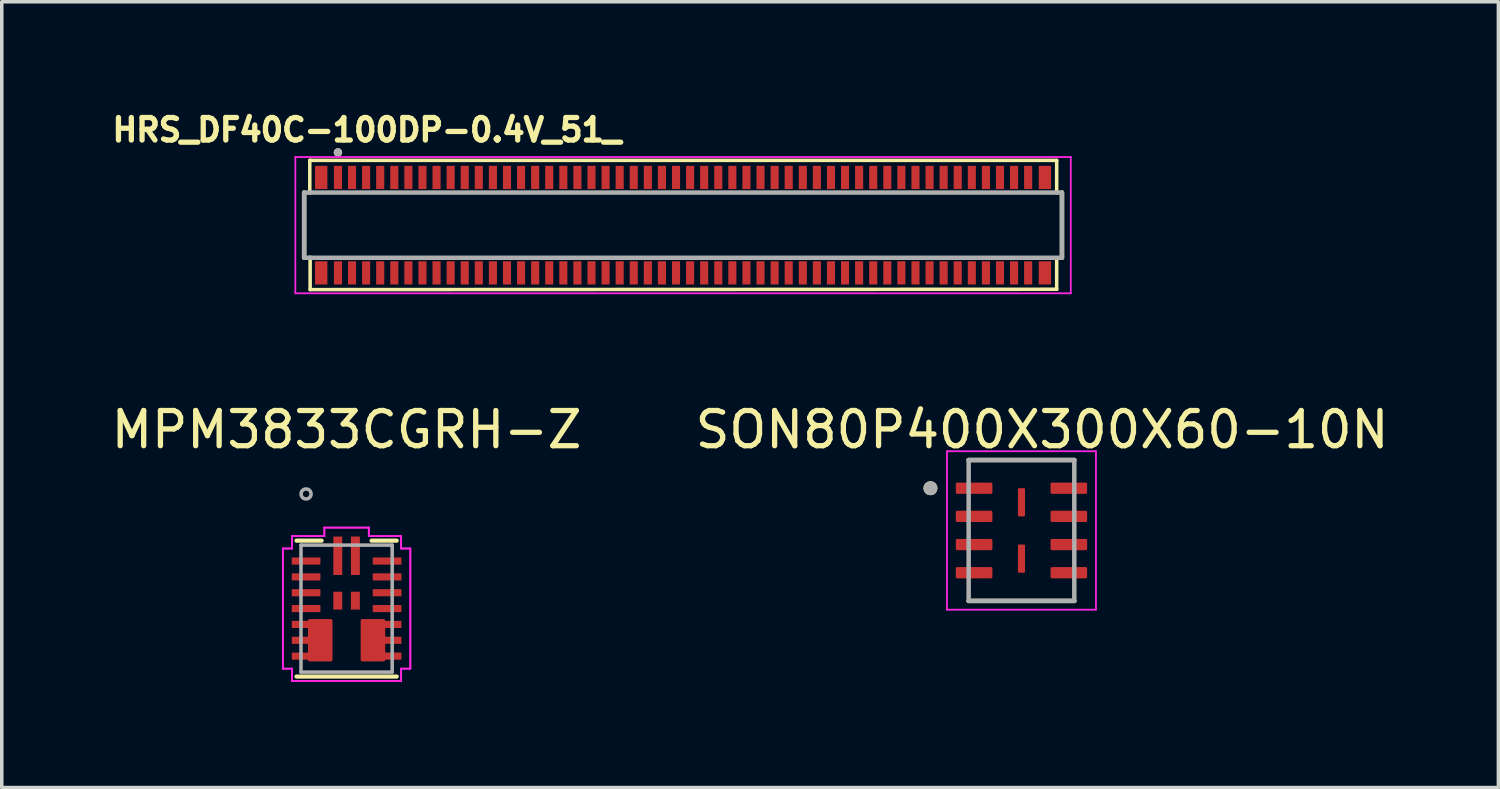
<source format=kicad_pcb>
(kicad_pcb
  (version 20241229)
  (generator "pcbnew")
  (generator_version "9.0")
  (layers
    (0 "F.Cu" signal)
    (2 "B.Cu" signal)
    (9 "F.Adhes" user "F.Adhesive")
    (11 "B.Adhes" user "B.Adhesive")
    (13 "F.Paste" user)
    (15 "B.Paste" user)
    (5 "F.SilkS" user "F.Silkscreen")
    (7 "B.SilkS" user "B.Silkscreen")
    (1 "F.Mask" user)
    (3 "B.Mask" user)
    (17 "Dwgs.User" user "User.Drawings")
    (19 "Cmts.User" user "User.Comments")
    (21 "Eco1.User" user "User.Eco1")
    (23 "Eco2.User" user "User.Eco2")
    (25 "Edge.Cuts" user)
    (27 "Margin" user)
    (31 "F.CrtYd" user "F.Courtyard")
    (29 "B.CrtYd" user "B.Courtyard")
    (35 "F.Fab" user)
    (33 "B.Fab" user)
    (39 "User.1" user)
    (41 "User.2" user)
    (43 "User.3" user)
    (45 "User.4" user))
  (footprint "MPM3833CGRH-Z"
    (layer "F.Cu")
    (at 6.792 14.232)
    (property "Reference" "MPM3833CGRH-Z" (at 0 -5.08 0) (layer "F.SilkS") (effects (font (size 1 1) (thickness 0.15))))
    (attr through_hole)
    (fp_poly (pts (xy -1.048 0.348) (xy -0.45 0.348) (xy -0.45 1.452) (xy -1.048 1.452)) (stroke (width 0.1) (type solid)) (fill yes) (layer "F.Cu"))
    (fp_poly (pts (xy 0.45 0.348) (xy 1.048 0.348) (xy 1.048 1.452) (xy 0.45 1.452)) (stroke (width 0.1) (type solid)) (fill yes) (layer "F.Cu"))
    (fp_poly (pts (xy -1.048 0.348) (xy -0.45 0.348) (xy -0.45 1.452) (xy -1.048 1.452)) (stroke (width 0.1) (type solid)) (fill yes) (layer "F.Mask"))
    (fp_poly (pts (xy 0.45 0.348) (xy 1.048 0.348) (xy 1.048 1.452) (xy 0.45 1.452)) (stroke (width 0.1) (type solid)) (fill yes) (layer "F.Mask"))
    (fp_line (start -1.422 1.93) (end 1.422 1.93) (stroke (width 0.12) (type solid)) (layer "F.SilkS"))
    (fp_line (start -0.71 -1.93) (end -1.422 -1.93) (stroke (width 0.12) (type solid)) (layer "F.SilkS"))
    (fp_line (start 1.422 -1.93) (end 0.71 -1.93) (stroke (width 0.12) (type solid)) (layer "F.SilkS"))
    (fp_poly (pts (xy -1.048 0.348) (xy -0.45 0.348) (xy -0.45 1.452) (xy -1.048 1.452)) (stroke (width 0.1) (type solid)) (fill yes) (layer "F.Paste"))
    (fp_poly (pts (xy 0.45 0.348) (xy 1.048 0.348) (xy 1.048 1.452) (xy 0.45 1.452)) (stroke (width 0.1) (type solid)) (fill yes) (layer "F.Paste"))
    (fp_line (start -1.81 -1.706) (end -1.81 1.706) (stroke (width 0.05) (type solid)) (layer "F.CrtYd"))
    (fp_line (start -1.81 -1.706) (end -1.81 1.706) (stroke (width 0.05) (type solid)) (layer "F.CrtYd"))
    (fp_line (start -1.81 1.706) (end -1.549 1.706) (stroke (width 0.05) (type solid)) (layer "F.CrtYd"))
    (fp_line (start -1.81 1.706) (end -1.549 1.706) (stroke (width 0.05) (type solid)) (layer "F.CrtYd"))
    (fp_line (start -1.549 -2.057) (end -1.549 -1.706) (stroke (width 0.05) (type solid)) (layer "F.CrtYd"))
    (fp_line (start -1.549 -2.057) (end -1.549 -1.706) (stroke (width 0.05) (type solid)) (layer "F.CrtYd"))
    (fp_line (start -1.549 -1.706) (end -1.81 -1.706) (stroke (width 0.05) (type solid)) (layer "F.CrtYd"))
    (fp_line (start -1.549 -1.706) (end -1.81 -1.706) (stroke (width 0.05) (type solid)) (layer "F.CrtYd"))
    (fp_line (start -1.549 1.706) (end -1.549 2.057) (stroke (width 0.05) (type solid)) (layer "F.CrtYd"))
    (fp_line (start -1.549 1.706) (end -1.549 2.057) (stroke (width 0.05) (type solid)) (layer "F.CrtYd"))
    (fp_line (start -1.549 2.057) (end 1.549 2.057) (stroke (width 0.05) (type solid)) (layer "F.CrtYd"))
    (fp_line (start -1.549 2.057) (end 1.549 2.057) (stroke (width 0.05) (type solid)) (layer "F.CrtYd"))
    (fp_line (start -0.631 -2.3) (end -0.631 -2.057) (stroke (width 0.05) (type solid)) (layer "F.CrtYd"))
    (fp_line (start -0.631 -2.3) (end -0.631 -2.057) (stroke (width 0.05) (type solid)) (layer "F.CrtYd"))
    (fp_line (start -0.631 -2.057) (end -1.549 -2.057) (stroke (width 0.05) (type solid)) (layer "F.CrtYd"))
    (fp_line (start -0.631 -2.057) (end -1.549 -2.057) (stroke (width 0.05) (type solid)) (layer "F.CrtYd"))
    (fp_line (start 0.631 -2.3) (end -0.631 -2.3) (stroke (width 0.05) (type solid)) (layer "F.CrtYd"))
    (fp_line (start 0.631 -2.3) (end -0.631 -2.3) (stroke (width 0.05) (type solid)) (layer "F.CrtYd"))
    (fp_line (start 0.631 -2.057) (end 0.631 -2.3) (stroke (width 0.05) (type solid)) (layer "F.CrtYd"))
    (fp_line (start 0.631 -2.057) (end 0.631 -2.3) (stroke (width 0.05) (type solid)) (layer "F.CrtYd"))
    (fp_line (start 1.549 -2.057) (end 0.631 -2.057) (stroke (width 0.05) (type solid)) (layer "F.CrtYd"))
    (fp_line (start 1.549 -2.057) (end 0.631 -2.057) (stroke (width 0.05) (type solid)) (layer "F.CrtYd"))
    (fp_line (start 1.549 -1.706) (end 1.549 -2.057) (stroke (width 0.05) (type solid)) (layer "F.CrtYd"))
    (fp_line (start 1.549 -1.706) (end 1.549 -2.057) (stroke (width 0.05) (type solid)) (layer "F.CrtYd"))
    (fp_line (start 1.549 1.706) (end 1.81 1.706) (stroke (width 0.05) (type solid)) (layer "F.CrtYd"))
    (fp_line (start 1.549 1.706) (end 1.81 1.706) (stroke (width 0.05) (type solid)) (layer "F.CrtYd"))
    (fp_line (start 1.549 2.057) (end 1.549 1.706) (stroke (width 0.05) (type solid)) (layer "F.CrtYd"))
    (fp_line (start 1.549 2.057) (end 1.549 1.706) (stroke (width 0.05) (type solid)) (layer "F.CrtYd"))
    (fp_line (start 1.81 -1.706) (end 1.549 -1.706) (stroke (width 0.05) (type solid)) (layer "F.CrtYd"))
    (fp_line (start 1.81 -1.706) (end 1.549 -1.706) (stroke (width 0.05) (type solid)) (layer "F.CrtYd"))
    (fp_line (start 1.81 1.706) (end 1.81 -1.706) (stroke (width 0.05) (type solid)) (layer "F.CrtYd"))
    (fp_line (start 1.81 1.706) (end 1.81 -1.706) (stroke (width 0.05) (type solid)) (layer "F.CrtYd"))
    (fp_line (start -1.295 -1.803) (end -1.295 1.803) (stroke (width 0.1) (type solid)) (layer "F.Fab"))
    (fp_line (start -1.295 1.803) (end 1.295 1.803) (stroke (width 0.1) (type solid)) (layer "F.Fab"))
    (fp_line (start 1.295 -1.803) (end -1.295 -1.803) (stroke (width 0.1) (type solid)) (layer "F.Fab"))
    (fp_line (start 1.295 1.803) (end 1.295 -1.803) (stroke (width 0.1) (type solid)) (layer "F.Fab"))
    (fp_circle (center -1.15 -3.255) (end -1.008 -3.255) (stroke (width 0.1) (type solid)) (fill no) (layer "F.Fab"))
    (pad "1" smd rect (at -1.15 -1.35) (size 0.813 0.203) (layers "F.Cu" "F.Mask" "F.Paste"))
    (pad "2" smd rect (at -1.15 -0.9) (size 0.813 0.203) (layers "F.Cu" "F.Mask" "F.Paste"))
    (pad "3" smd rect (at -1.15 -0.45) (size 0.813 0.203) (layers "F.Cu" "F.Mask" "F.Paste"))
    (pad "4" smd rect (at -1.15 0) (size 0.813 0.203) (layers "F.Cu" "F.Mask" "F.Paste"))
    (pad "5" smd rect (at -1.302 0.45) (size 0.508 0.203) (layers "F.Cu" "F.Mask" "F.Paste"))
    (pad "6" smd rect (at -1.302 0.9) (size 0.508 0.203) (layers "F.Cu" "F.Mask" "F.Paste"))
    (pad "7" smd rect (at -1.302 1.35) (size 0.508 0.203) (layers "F.Cu" "F.Mask" "F.Paste"))
    (pad "8" smd rect (at 1.302 1.35) (size 0.508 0.203) (layers "F.Cu" "F.Mask" "F.Paste"))
    (pad "9" smd rect (at 1.302 0.9) (size 0.508 0.203) (layers "F.Cu" "F.Mask" "F.Paste"))
    (pad "10" smd rect (at 1.302 0.45) (size 0.508 0.203) (layers "F.Cu" "F.Mask" "F.Paste"))
    (pad "11" smd rect (at 1.15 0) (size 0.813 0.203) (layers "F.Cu" "F.Mask" "F.Paste"))
    (pad "12" smd rect (at 1.15 -0.45) (size 0.813 0.203) (layers "F.Cu" "F.Mask" "F.Paste"))
    (pad "13" smd rect (at 1.15 -0.9) (size 0.813 0.203) (layers "F.Cu" "F.Mask" "F.Paste"))
    (pad "14" smd rect (at 1.15 -1.35) (size 0.813 0.203) (layers "F.Cu" "F.Mask" "F.Paste"))
    (pad "15" smd rect (at 0.25 -1.5 90) (size 1.092 0.254) (layers "F.Cu" "F.Mask" "F.Paste"))
    (pad "16" smd rect (at -0.25 -1.5 90) (size 1.092 0.254) (layers "F.Cu" "F.Mask" "F.Paste"))
    (pad "17" smd rect (at -0.25 -0.225 90) (size 0.508 0.254) (layers "F.Cu" "F.Mask" "F.Paste"))
    (pad "18" smd rect (at 0.25 -0.225 90) (size 0.508 0.254) (layers "F.Cu" "F.Mask" "F.Paste")))
  (footprint "HRS_DF40C-100DP-0.4V_51_"
    (layer "F.Cu")
    (at 16.347 3.344)
    (property "Reference" "HRS_DF40C-100DP-0.4V_51_" (at -8.978 -2.706 0) (layer "F.SilkS") (effects (font (size 0.64 0.64) (thickness 0.15))))
    (attr smd)
    (fp_line (start -10.76 0.925) (end -10.76 -0.925) (stroke (width 0.127) (type solid)) (layer "F.SilkS"))
    (fp_line (start -10.6 -1.84) (end -10.6 -0.91) (stroke (width 0.1) (type default)) (layer "F.SilkS"))
    (fp_line (start -10.59 1.83) (end -10.59 0.91) (stroke (width 0.1) (type default)) (layer "F.SilkS"))
    (fp_line (start -10.57 -1.84) (end -10.6 -1.84) (stroke (width 0.1) (type default)) (layer "F.SilkS"))
    (fp_line (start -10.57 -1.84) (end 10.61 -1.84) (stroke (width 0.1) (type default)) (layer "F.SilkS"))
    (fp_line (start 10.61 -1.84) (end 10.61 -0.92) (stroke (width 0.1) (type default)) (layer "F.SilkS"))
    (fp_line (start 10.61 0.93) (end 10.61 1.82) (stroke (width 0.1) (type default)) (layer "F.SilkS"))
    (fp_line (start 10.61 1.82) (end -10.59 1.83) (stroke (width 0.1) (type default)) (layer "F.SilkS"))
    (fp_line (start 10.76 -0.925) (end 10.76 0.925) (stroke (width 0.127) (type solid)) (layer "F.SilkS"))
    (fp_circle (center -9.8 -2.065) (end -9.74 -2.065) (stroke (width 0.12) (type solid)) (fill no) (layer "F.SilkS"))
    (fp_line (start -11.01 -1.935) (end 11.01 -1.935) (stroke (width 0.05) (type solid)) (layer "F.CrtYd"))
    (fp_line (start -11.01 1.935) (end -11.01 -1.935) (stroke (width 0.05) (type solid)) (layer "F.CrtYd"))
    (fp_line (start 11.01 -1.935) (end 11.01 1.935) (stroke (width 0.05) (type solid)) (layer "F.CrtYd"))
    (fp_line (start 11.01 1.935) (end -11.01 1.935) (stroke (width 0.05) (type solid)) (layer "F.CrtYd"))
    (fp_line (start -10.76 -0.925) (end 10.76 -0.925) (stroke (width 0.127) (type solid)) (layer "F.Fab"))
    (fp_line (start -10.76 0.925) (end -10.76 -0.925) (stroke (width 0.127) (type solid)) (layer "F.Fab"))
    (fp_line (start 10.76 -0.925) (end 10.76 0.925) (stroke (width 0.127) (type solid)) (layer "F.Fab"))
    (fp_line (start 10.76 0.925) (end -10.76 0.925) (stroke (width 0.127) (type solid)) (layer "F.Fab"))
    (fp_circle (center -9.8 -2.065) (end -9.74 -2.065) (stroke (width 0.12) (type solid)) (fill no) (layer "F.Fab"))
    (pad "1" smd rect (at -9.8 -1.355) (size 0.23 0.66) (layers "F.Cu" "F.Mask" "F.Paste"))
    (pad "2" smd rect (at -9.8 1.355) (size 0.23 0.66) (layers "F.Cu" "F.Mask" "F.Paste"))
    (pad "3" smd rect (at -9.4 -1.355) (size 0.23 0.66) (layers "F.Cu" "F.Mask" "F.Paste"))
    (pad "4" smd rect (at -9.4 1.355) (size 0.23 0.66) (layers "F.Cu" "F.Mask" "F.Paste"))
    (pad "5" smd rect (at -9 -1.355) (size 0.23 0.66) (layers "F.Cu" "F.Mask" "F.Paste"))
    (pad "6" smd rect (at -9 1.355) (size 0.23 0.66) (layers "F.Cu" "F.Mask" "F.Paste"))
    (pad "7" smd rect (at -8.6 -1.355) (size 0.23 0.66) (layers "F.Cu" "F.Mask" "F.Paste"))
    (pad "8" smd rect (at -8.6 1.355) (size 0.23 0.66) (layers "F.Cu" "F.Mask" "F.Paste"))
    (pad "9" smd rect (at -8.2 -1.355) (size 0.23 0.66) (layers "F.Cu" "F.Mask" "F.Paste"))
    (pad "10" smd rect (at -8.2 1.355) (size 0.23 0.66) (layers "F.Cu" "F.Mask" "F.Paste"))
    (pad "11" smd rect (at -7.8 -1.355) (size 0.23 0.66) (layers "F.Cu" "F.Mask" "F.Paste"))
    (pad "12" smd rect (at -7.8 1.355) (size 0.23 0.66) (layers "F.Cu" "F.Mask" "F.Paste"))
    (pad "13" smd rect (at -7.4 -1.355) (size 0.23 0.66) (layers "F.Cu" "F.Mask" "F.Paste"))
    (pad "14" smd rect (at -7.4 1.355) (size 0.23 0.66) (layers "F.Cu" "F.Mask" "F.Paste"))
    (pad "15" smd rect (at -7 -1.355) (size 0.23 0.66) (layers "F.Cu" "F.Mask" "F.Paste"))
    (pad "16" smd rect (at -7 1.355) (size 0.23 0.66) (layers "F.Cu" "F.Mask" "F.Paste"))
    (pad "17" smd rect (at -6.6 -1.355) (size 0.23 0.66) (layers "F.Cu" "F.Mask" "F.Paste"))
    (pad "18" smd rect (at -6.6 1.355) (size 0.23 0.66) (layers "F.Cu" "F.Mask" "F.Paste"))
    (pad "19" smd rect (at -6.2 -1.355) (size 0.23 0.66) (layers "F.Cu" "F.Mask" "F.Paste"))
    (pad "20" smd rect (at -6.2 1.355) (size 0.23 0.66) (layers "F.Cu" "F.Mask" "F.Paste"))
    (pad "21" smd rect (at -5.8 -1.355) (size 0.23 0.66) (layers "F.Cu" "F.Mask" "F.Paste"))
    (pad "22" smd rect (at -5.8 1.355) (size 0.23 0.66) (layers "F.Cu" "F.Mask" "F.Paste"))
    (pad "23" smd rect (at -5.4 -1.355) (size 0.23 0.66) (layers "F.Cu" "F.Mask" "F.Paste"))
    (pad "24" smd rect (at -5.4 1.355) (size 0.23 0.66) (layers "F.Cu" "F.Mask" "F.Paste"))
    (pad "25" smd rect (at -5 -1.355) (size 0.23 0.66) (layers "F.Cu" "F.Mask" "F.Paste"))
    (pad "26" smd rect (at -5 1.355) (size 0.23 0.66) (layers "F.Cu" "F.Mask" "F.Paste"))
    (pad "27" smd rect (at -4.6 -1.355) (size 0.23 0.66) (layers "F.Cu" "F.Mask" "F.Paste"))
    (pad "28" smd rect (at -4.6 1.355) (size 0.23 0.66) (layers "F.Cu" "F.Mask" "F.Paste"))
    (pad "29" smd rect (at -4.2 -1.355) (size 0.23 0.66) (layers "F.Cu" "F.Mask" "F.Paste"))
    (pad "30" smd rect (at -4.2 1.355) (size 0.23 0.66) (layers "F.Cu" "F.Mask" "F.Paste"))
    (pad "31" smd rect (at -3.8 -1.355) (size 0.23 0.66) (layers "F.Cu" "F.Mask" "F.Paste"))
    (pad "32" smd rect (at -3.8 1.355) (size 0.23 0.66) (layers "F.Cu" "F.Mask" "F.Paste"))
    (pad "33" smd rect (at -3.4 -1.355) (size 0.23 0.66) (layers "F.Cu" "F.Mask" "F.Paste"))
    (pad "34" smd rect (at -3.4 1.355) (size 0.23 0.66) (layers "F.Cu" "F.Mask" "F.Paste"))
    (pad "35" smd rect (at -3 -1.355) (size 0.23 0.66) (layers "F.Cu" "F.Mask" "F.Paste"))
    (pad "36" smd rect (at -3 1.355) (size 0.23 0.66) (layers "F.Cu" "F.Mask" "F.Paste"))
    (pad "37" smd rect (at -2.6 -1.355) (size 0.23 0.66) (layers "F.Cu" "F.Mask" "F.Paste"))
    (pad "38" smd rect (at -2.6 1.355) (size 0.23 0.66) (layers "F.Cu" "F.Mask" "F.Paste"))
    (pad "39" smd rect (at -2.2 -1.355) (size 0.23 0.66) (layers "F.Cu" "F.Mask" "F.Paste"))
    (pad "40" smd rect (at -2.2 1.355) (size 0.23 0.66) (layers "F.Cu" "F.Mask" "F.Paste"))
    (pad "41" smd rect (at -1.8 -1.355) (size 0.23 0.66) (layers "F.Cu" "F.Mask" "F.Paste"))
    (pad "42" smd rect (at -1.8 1.355) (size 0.23 0.66) (layers "F.Cu" "F.Mask" "F.Paste"))
    (pad "43" smd rect (at -1.4 -1.355) (size 0.23 0.66) (layers "F.Cu" "F.Mask" "F.Paste"))
    (pad "44" smd rect (at -1.4 1.355) (size 0.23 0.66) (layers "F.Cu" "F.Mask" "F.Paste"))
    (pad "45" smd rect (at -1 -1.355) (size 0.23 0.66) (layers "F.Cu" "F.Mask" "F.Paste"))
    (pad "46" smd rect (at -1 1.355) (size 0.23 0.66) (layers "F.Cu" "F.Mask" "F.Paste"))
    (pad "47" smd rect (at -0.6 -1.355) (size 0.23 0.66) (layers "F.Cu" "F.Mask" "F.Paste"))
    (pad "48" smd rect (at -0.6 1.355) (size 0.23 0.66) (layers "F.Cu" "F.Mask" "F.Paste"))
    (pad "49" smd rect (at -0.2 -1.355) (size 0.23 0.66) (layers "F.Cu" "F.Mask" "F.Paste"))
    (pad "50" smd rect (at -0.2 1.355) (size 0.23 0.66) (layers "F.Cu" "F.Mask" "F.Paste"))
    (pad "51" smd rect (at 0.2 -1.355) (size 0.23 0.66) (layers "F.Cu" "F.Mask" "F.Paste"))
    (pad "52" smd rect (at 0.2 1.355) (size 0.23 0.66) (layers "F.Cu" "F.Mask" "F.Paste"))
    (pad "53" smd rect (at 0.6 -1.355) (size 0.23 0.66) (layers "F.Cu" "F.Mask" "F.Paste"))
    (pad "54" smd rect (at 0.6 1.355) (size 0.23 0.66) (layers "F.Cu" "F.Mask" "F.Paste"))
    (pad "55" smd rect (at 1 -1.355) (size 0.23 0.66) (layers "F.Cu" "F.Mask" "F.Paste"))
    (pad "56" smd rect (at 1 1.355) (size 0.23 0.66) (layers "F.Cu" "F.Mask" "F.Paste"))
    (pad "57" smd rect (at 1.4 -1.355) (size 0.23 0.66) (layers "F.Cu" "F.Mask" "F.Paste"))
    (pad "58" smd rect (at 1.4 1.355) (size 0.23 0.66) (layers "F.Cu" "F.Mask" "F.Paste"))
    (pad "59" smd rect (at 1.8 -1.355) (size 0.23 0.66) (layers "F.Cu" "F.Mask" "F.Paste"))
    (pad "60" smd rect (at 1.8 1.355) (size 0.23 0.66) (layers "F.Cu" "F.Mask" "F.Paste"))
    (pad "61" smd rect (at 2.2 -1.355) (size 0.23 0.66) (layers "F.Cu" "F.Mask" "F.Paste"))
    (pad "62" smd rect (at 2.2 1.355) (size 0.23 0.66) (layers "F.Cu" "F.Mask" "F.Paste"))
    (pad "63" smd rect (at 2.6 -1.355) (size 0.23 0.66) (layers "F.Cu" "F.Mask" "F.Paste"))
    (pad "64" smd rect (at 2.6 1.355) (size 0.23 0.66) (layers "F.Cu" "F.Mask" "F.Paste"))
    (pad "65" smd rect (at 3 -1.355) (size 0.23 0.66) (layers "F.Cu" "F.Mask" "F.Paste"))
    (pad "66" smd rect (at 3 1.355) (size 0.23 0.66) (layers "F.Cu" "F.Mask" "F.Paste"))
    (pad "67" smd rect (at 3.4 -1.355) (size 0.23 0.66) (layers "F.Cu" "F.Mask" "F.Paste"))
    (pad "68" smd rect (at 3.4 1.355) (size 0.23 0.66) (layers "F.Cu" "F.Mask" "F.Paste"))
    (pad "69" smd rect (at 3.8 -1.355) (size 0.23 0.66) (layers "F.Cu" "F.Mask" "F.Paste"))
    (pad "70" smd rect (at 3.8 1.355) (size 0.23 0.66) (layers "F.Cu" "F.Mask" "F.Paste"))
    (pad "71" smd rect (at 4.2 -1.355) (size 0.23 0.66) (layers "F.Cu" "F.Mask" "F.Paste"))
    (pad "72" smd rect (at 4.2 1.355) (size 0.23 0.66) (layers "F.Cu" "F.Mask" "F.Paste"))
    (pad "73" smd rect (at 4.6 -1.355) (size 0.23 0.66) (layers "F.Cu" "F.Mask" "F.Paste"))
    (pad "74" smd rect (at 4.6 1.355) (size 0.23 0.66) (layers "F.Cu" "F.Mask" "F.Paste"))
    (pad "75" smd rect (at 5 -1.355) (size 0.23 0.66) (layers "F.Cu" "F.Mask" "F.Paste"))
    (pad "76" smd rect (at 5 1.355) (size 0.23 0.66) (layers "F.Cu" "F.Mask" "F.Paste"))
    (pad "77" smd rect (at 5.4 -1.355) (size 0.23 0.66) (layers "F.Cu" "F.Mask" "F.Paste"))
    (pad "78" smd rect (at 5.4 1.355) (size 0.23 0.66) (layers "F.Cu" "F.Mask" "F.Paste"))
    (pad "79" smd rect (at 5.8 -1.355) (size 0.23 0.66) (layers "F.Cu" "F.Mask" "F.Paste"))
    (pad "80" smd rect (at 5.8 1.355) (size 0.23 0.66) (layers "F.Cu" "F.Mask" "F.Paste"))
    (pad "81" smd rect (at 6.2 -1.355) (size 0.23 0.66) (layers "F.Cu" "F.Mask" "F.Paste"))
    (pad "82" smd rect (at 6.2 1.355) (size 0.23 0.66) (layers "F.Cu" "F.Mask" "F.Paste"))
    (pad "83" smd rect (at 6.6 -1.355) (size 0.23 0.66) (layers "F.Cu" "F.Mask" "F.Paste"))
    (pad "84" smd rect (at 6.6 1.355) (size 0.23 0.66) (layers "F.Cu" "F.Mask" "F.Paste"))
    (pad "85" smd rect (at 7 -1.355) (size 0.23 0.66) (layers "F.Cu" "F.Mask" "F.Paste"))
    (pad "86" smd rect (at 7 1.355) (size 0.23 0.66) (layers "F.Cu" "F.Mask" "F.Paste"))
    (pad "87" smd rect (at 7.4 -1.355) (size 0.23 0.66) (layers "F.Cu" "F.Mask" "F.Paste"))
    (pad "88" smd rect (at 7.4 1.355) (size 0.23 0.66) (layers "F.Cu" "F.Mask" "F.Paste"))
    (pad "89" smd rect (at 7.8 -1.355) (size 0.23 0.66) (layers "F.Cu" "F.Mask" "F.Paste"))
    (pad "90" smd rect (at 7.8 1.355) (size 0.23 0.66) (layers "F.Cu" "F.Mask" "F.Paste"))
    (pad "91" smd rect (at 8.2 -1.355) (size 0.23 0.66) (layers "F.Cu" "F.Mask" "F.Paste"))
    (pad "92" smd rect (at 8.2 1.355) (size 0.23 0.66) (layers "F.Cu" "F.Mask" "F.Paste"))
    (pad "93" smd rect (at 8.6 -1.355) (size 0.23 0.66) (layers "F.Cu" "F.Mask" "F.Paste"))
    (pad "94" smd rect (at 8.6 1.355) (size 0.23 0.66) (layers "F.Cu" "F.Mask" "F.Paste"))
    (pad "95" smd rect (at 9 -1.355) (size 0.23 0.66) (layers "F.Cu" "F.Mask" "F.Paste"))
    (pad "96" smd rect (at 9 1.355) (size 0.23 0.66) (layers "F.Cu" "F.Mask" "F.Paste"))
    (pad "97" smd rect (at 9.4 -1.355) (size 0.23 0.66) (layers "F.Cu" "F.Mask" "F.Paste"))
    (pad "98" smd rect (at 9.4 1.355) (size 0.23 0.66) (layers "F.Cu" "F.Mask" "F.Paste"))
    (pad "99" smd rect (at 9.8 -1.355) (size 0.23 0.66) (layers "F.Cu" "F.Mask" "F.Paste"))
    (pad "100" smd rect (at 9.8 1.355) (size 0.23 0.66) (layers "F.Cu" "F.Mask" "F.Paste"))
    (pad "S1" smd rect (at -10.275 -1.355) (size 0.35 0.66) (layers "F.Cu" "F.Mask" "F.Paste"))
    (pad "S2" smd rect (at -10.275 1.355) (size 0.35 0.66) (layers "F.Cu" "F.Mask" "F.Paste"))
    (pad "S3" smd rect (at 10.275 -1.355) (size 0.35 0.66) (layers "F.Cu" "F.Mask" "F.Paste"))
    (pad "S4" smd rect (at 10.275 1.355) (size 0.35 0.66) (layers "F.Cu" "F.Mask" "F.Paste")))
  (footprint "SON80P400X300X60-10N"
    (layer "F.Cu")
    (at 25.957 12.014)
    (property "Reference" "SON80P400X300X60-10N" (at 0.585 -2.862 0) (layer "F.SilkS") (effects (font (size 1 1) (thickness 0.15))))
    (attr smd)
    (fp_line (start -1.5 -2) (end 1.5 -2) (stroke (width 0.127) (type solid)) (layer "F.SilkS"))
    (fp_line (start -1.5 2) (end 1.5 2) (stroke (width 0.127) (type solid)) (layer "F.SilkS"))
    (fp_circle (center -2.585 -1.2) (end -2.485 -1.2) (stroke (width 0.2) (type solid)) (fill no) (layer "F.SilkS"))
    (fp_line (start -2.115 -2.25) (end -2.115 2.25) (stroke (width 0.05) (type solid)) (layer "F.CrtYd"))
    (fp_line (start -2.115 -2.25) (end 2.115 -2.25) (stroke (width 0.05) (type solid)) (layer "F.CrtYd"))
    (fp_line (start -2.115 2.25) (end 2.115 2.25) (stroke (width 0.05) (type solid)) (layer "F.CrtYd"))
    (fp_line (start 2.115 -2.25) (end 2.115 2.25) (stroke (width 0.05) (type solid)) (layer "F.CrtYd"))
    (fp_line (start -1.5 -2) (end -1.5 2) (stroke (width 0.127) (type solid)) (layer "F.Fab"))
    (fp_line (start -1.5 -2) (end 1.5 -2) (stroke (width 0.127) (type solid)) (layer "F.Fab"))
    (fp_line (start -1.5 2) (end 1.5 2) (stroke (width 0.127) (type solid)) (layer "F.Fab"))
    (fp_line (start 1.5 -2) (end 1.5 2) (stroke (width 0.127) (type solid)) (layer "F.Fab"))
    (fp_circle (center -2.585 -1.2) (end -2.485 -1.2) (stroke (width 0.2) (type solid)) (fill no) (layer "F.Fab"))
    (pad "1" smd roundrect (at -1.345 -1.2) (size 1.04 0.32) (layers "F.Cu" "F.Mask" "F.Paste") (roundrect_rratio 0.125))
    (pad "2" smd roundrect (at -1.345 -0.4) (size 1.04 0.32) (layers "F.Cu" "F.Mask" "F.Paste") (roundrect_rratio 0.125))
    (pad "3" smd roundrect (at -1.345 0.4) (size 1.04 0.32) (layers "F.Cu" "F.Mask" "F.Paste") (roundrect_rratio 0.125))
    (pad "4" smd roundrect (at -1.345 1.2) (size 1.04 0.32) (layers "F.Cu" "F.Mask" "F.Paste") (roundrect_rratio 0.125))
    (pad "5" smd roundrect (at 1.345 1.2) (size 1.04 0.32) (layers "F.Cu" "F.Mask" "F.Paste") (roundrect_rratio 0.125))
    (pad "6" smd roundrect (at 1.345 0.4) (size 1.04 0.32) (layers "F.Cu" "F.Mask" "F.Paste") (roundrect_rratio 0.125))
    (pad "7" smd roundrect (at 1.345 -0.4) (size 1.04 0.32) (layers "F.Cu" "F.Mask" "F.Paste") (roundrect_rratio 0.125))
    (pad "8" smd roundrect (at 1.345 -1.2) (size 1.04 0.32) (layers "F.Cu" "F.Mask" "F.Paste") (roundrect_rratio 0.125))
    (pad "9" smd roundrect (at 0 -0.8) (size 0.2 0.8) (layers "F.Cu" "F.Mask" "F.Paste") (roundrect_rratio 0.125))
    (pad "10" smd roundrect (at 0 0.8) (size 0.2 0.8) (layers "F.Cu" "F.Mask" "F.Paste") (roundrect_rratio 0.125)))
  (gr_rect
    (start -3 -3)
    (end 39.5 19.315)
    (stroke (width 0.1) (type default))
    (fill no)
    (layer "Edge.Cuts")))
</source>
